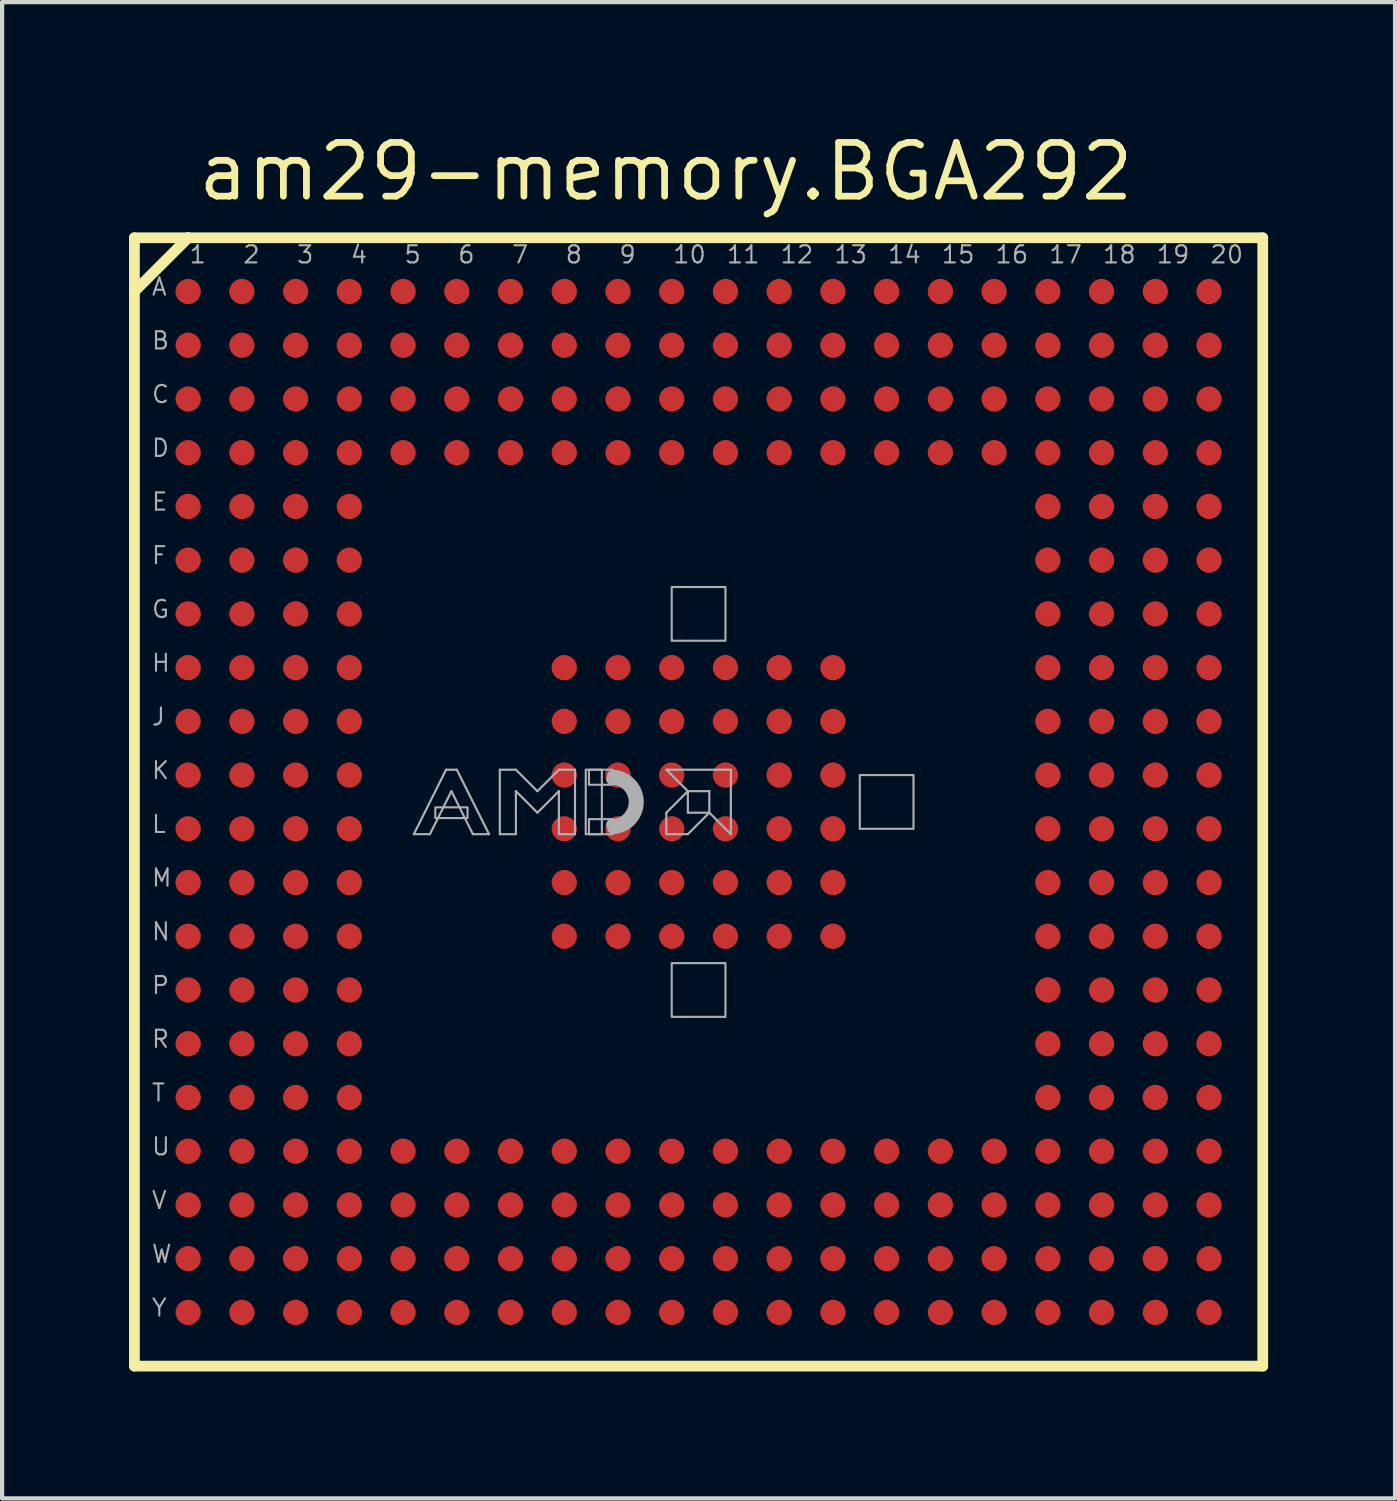
<source format=kicad_pcb>
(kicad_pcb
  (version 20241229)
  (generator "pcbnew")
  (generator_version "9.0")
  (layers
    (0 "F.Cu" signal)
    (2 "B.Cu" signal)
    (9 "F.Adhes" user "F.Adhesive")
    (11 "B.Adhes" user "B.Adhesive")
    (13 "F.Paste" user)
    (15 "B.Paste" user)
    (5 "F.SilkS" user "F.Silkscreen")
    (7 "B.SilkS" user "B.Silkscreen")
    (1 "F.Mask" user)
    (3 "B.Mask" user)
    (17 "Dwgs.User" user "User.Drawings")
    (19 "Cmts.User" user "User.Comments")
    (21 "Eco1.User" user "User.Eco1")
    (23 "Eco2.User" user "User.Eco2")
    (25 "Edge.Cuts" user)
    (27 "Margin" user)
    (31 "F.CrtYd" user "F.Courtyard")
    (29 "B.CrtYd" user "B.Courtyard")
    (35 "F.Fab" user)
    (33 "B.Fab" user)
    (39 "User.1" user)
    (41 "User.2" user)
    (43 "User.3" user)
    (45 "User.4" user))
  (footprint "am29-memory.BGA292"
    (layer "F.Cu")
    (at 13.462 15.905)
    (property "Reference" "am29-memory.BGA292" (at -11.915 -14.155 0) (layer "F.SilkS") (effects (font (size 1.27 1.27) (thickness 0.16)) (justify left bottom)))
    (attr smd)
    (fp_line (start -13.335 -13.335) (end -12.065 -13.335) (stroke (width 0.254) (type default)) (layer "F.SilkS"))
    (fp_line (start -13.335 -12.065) (end -13.335 -13.335) (stroke (width 0.254) (type default)) (layer "F.SilkS"))
    (fp_line (start -13.335 13.335) (end -13.335 -12.065) (stroke (width 0.254) (type default)) (layer "F.SilkS"))
    (fp_line (start -12.065 -13.335) (end -13.335 -12.065) (stroke (width 0.254) (type default)) (layer "F.SilkS"))
    (fp_line (start -12.065 -13.335) (end 13.335 -13.335) (stroke (width 0.254) (type default)) (layer "F.SilkS"))
    (fp_line (start 13.335 -13.335) (end 13.335 13.335) (stroke (width 0.254) (type default)) (layer "F.SilkS"))
    (fp_line (start 13.335 13.335) (end -13.335 13.335) (stroke (width 0.254) (type default)) (layer "F.SilkS"))
    (fp_line (start -6.731 0.762) (end -5.969 -0.762) (stroke (width 0.051) (type default)) (layer "F.Fab"))
    (fp_line (start -6.35 0.762) (end -6.731 0.762) (stroke (width 0.051) (type default)) (layer "F.Fab"))
    (fp_line (start -5.969 -0.762) (end -5.715 -0.762) (stroke (width 0.051) (type default)) (layer "F.Fab"))
    (fp_line (start -5.842 -0.254) (end -6.35 0.762) (stroke (width 0.051) (type default)) (layer "F.Fab"))
    (fp_line (start -5.715 -0.762) (end -4.953 0.762) (stroke (width 0.051) (type default)) (layer "F.Fab"))
    (fp_line (start -5.334 0.762) (end -5.842 -0.254) (stroke (width 0.051) (type default)) (layer "F.Fab"))
    (fp_line (start -4.953 0.762) (end -5.334 0.762) (stroke (width 0.051) (type default)) (layer "F.Fab"))
    (fp_line (start -4.699 -0.762) (end -4.318 -0.762) (stroke (width 0.051) (type default)) (layer "F.Fab"))
    (fp_line (start -4.699 0.762) (end -4.699 -0.762) (stroke (width 0.051) (type default)) (layer "F.Fab"))
    (fp_line (start -4.318 -0.762) (end -3.81 -0.254) (stroke (width 0.051) (type default)) (layer "F.Fab"))
    (fp_line (start -4.318 -0.254) (end -4.318 0.762) (stroke (width 0.051) (type default)) (layer "F.Fab"))
    (fp_line (start -4.318 0.762) (end -4.699 0.762) (stroke (width 0.051) (type default)) (layer "F.Fab"))
    (fp_line (start -3.81 -0.254) (end -3.302 -0.762) (stroke (width 0.051) (type default)) (layer "F.Fab"))
    (fp_line (start -3.81 0.254) (end -4.318 -0.254) (stroke (width 0.051) (type default)) (layer "F.Fab"))
    (fp_line (start -3.302 -0.762) (end -2.921 -0.762) (stroke (width 0.051) (type default)) (layer "F.Fab"))
    (fp_line (start -3.302 -0.254) (end -3.81 0.254) (stroke (width 0.051) (type default)) (layer "F.Fab"))
    (fp_line (start -3.302 0.762) (end -3.302 -0.254) (stroke (width 0.051) (type default)) (layer "F.Fab"))
    (fp_line (start -2.921 -0.762) (end -2.921 0.762) (stroke (width 0.051) (type default)) (layer "F.Fab"))
    (fp_line (start -2.921 0.762) (end -3.302 0.762) (stroke (width 0.051) (type default)) (layer "F.Fab"))
    (fp_line (start -0.762 -0.762) (end 0.762 -0.762) (stroke (width 0.051) (type default)) (layer "F.Fab"))
    (fp_line (start -0.762 0.254) (end -0.762 0.762) (stroke (width 0.051) (type default)) (layer "F.Fab"))
    (fp_line (start -0.762 0.762) (end -0.254 0.762) (stroke (width 0.051) (type default)) (layer "F.Fab"))
    (fp_line (start -0.254 -0.254) (end -0.762 -0.762) (stroke (width 0.051) (type default)) (layer "F.Fab"))
    (fp_line (start -0.254 -0.254) (end -0.762 0.254) (stroke (width 0.051) (type default)) (layer "F.Fab"))
    (fp_line (start -0.254 0.254) (end -0.254 -0.254) (stroke (width 0.051) (type default)) (layer "F.Fab"))
    (fp_line (start -0.254 0.762) (end 0.254 0.254) (stroke (width 0.051) (type default)) (layer "F.Fab"))
    (fp_line (start 0.254 -0.254) (end -0.254 -0.254) (stroke (width 0.051) (type default)) (layer "F.Fab"))
    (fp_line (start 0.254 0.254) (end -0.254 0.254) (stroke (width 0.051) (type default)) (layer "F.Fab"))
    (fp_line (start 0.254 0.254) (end 0.254 -0.254) (stroke (width 0.051) (type default)) (layer "F.Fab"))
    (fp_line (start 0.762 -0.762) (end 0.762 0.762) (stroke (width 0.051) (type default)) (layer "F.Fab"))
    (fp_line (start 0.762 0.762) (end 0.254 0.254) (stroke (width 0.051) (type default)) (layer "F.Fab"))
    (fp_rect (start -6.223 0.381) (end -5.461 0.127) (stroke (width 0.05) (type default)) (fill no) (layer "F.Fab"))
    (fp_rect (start -2.667 0.762) (end -2.286 -0.762) (stroke (width 0.05) (type default)) (fill no) (layer "F.Fab"))
    (fp_rect (start -2.591 -0.406) (end -2.032 -0.762) (stroke (width 0.05) (type default)) (fill no) (layer "F.Fab"))
    (fp_rect (start -2.591 0.762) (end -2.032 0.406) (stroke (width 0.05) (type default)) (fill no) (layer "F.Fab"))
    (fp_rect (start -0.635 -3.81) (end 0.635 -5.08) (stroke (width 0.05) (type default)) (fill no) (layer "F.Fab"))
    (fp_rect (start -0.635 5.08) (end 0.635 3.81) (stroke (width 0.05) (type default)) (fill no) (layer "F.Fab"))
    (fp_rect (start 3.81 0.635) (end 5.08 -0.635) (stroke (width 0.05) (type default)) (fill no) (layer "F.Fab"))
    (fp_arc (start -2.0574 -0.7366) (mid -1.3208 0) (end -2.0574 0.7366) (stroke (width 0.0508) (type default)) (layer "F.Fab"))
    (fp_arc (start -2.0574 -0.635) (mid -1.4224 0) (end -2.0574 0.635) (stroke (width 0.2032) (type default)) (layer "F.Fab"))
    (fp_arc (start -2.0574 -0.5334) (mid -1.524 0) (end -2.0574 0.5334) (stroke (width 0.254) (type default)) (layer "F.Fab"))
    (fp_poly (pts (xy -0.762 -0.762) (xy 0.762 -0.762) (xy 0.762 0.762) (xy 0.254 0.254) (xy 0.254 -0.254) (xy -0.254 -0.254)) (stroke (width 0.025) (type default)) (fill no) (layer "F.Fab"))
    (fp_poly (pts (xy -0.254 -0.254) (xy -0.762 0.254) (xy -0.762 0.762) (xy -0.254 0.762) (xy 0.254 0.254) (xy -0.254 0.254)) (stroke (width 0.025) (type default)) (fill no) (layer "F.Fab"))
    (fp_poly (pts (xy -6.731 0.762) (xy -5.969 -0.762) (xy -5.715 -0.762) (xy -4.953 0.762) (xy -5.334 0.762) (xy -5.842 -0.254) (xy -6.35 0.762)) (stroke (width 0.025) (type default)) (fill no) (layer "F.Fab"))
    (fp_poly (pts (xy -4.699 0.762) (xy -4.699 -0.762) (xy -4.318 -0.762) (xy -3.81 -0.254) (xy -3.302 -0.762) (xy -2.921 -0.762) (xy -2.921 0.762) (xy -3.302 0.762) (xy -3.302 -0.254) (xy -3.81 0.254) (xy -4.318 -0.254) (xy -4.318 0.762)) (stroke (width 0.025) (type default)) (fill no) (layer "F.Fab"))
    (fp_text user "T" (at -12.954 7.112 0) (layer "F.Fab") (effects (font (size 0.406 0.406) (thickness 0.05)) (justify left bottom)))
    (fp_text user "Y" (at -12.954 12.192 0) (layer "F.Fab") (effects (font (size 0.406 0.406) (thickness 0.05)) (justify left bottom)))
    (fp_text user "12" (at 1.905 -12.7 0) (layer "F.Fab") (effects (font (size 0.406 0.406) (thickness 0.05)) (justify left bottom)))
    (fp_text user "16" (at 6.985 -12.7 0) (layer "F.Fab") (effects (font (size 0.406 0.406) (thickness 0.05)) (justify left bottom)))
    (fp_text user "10" (at -0.635 -12.7 0) (layer "F.Fab") (effects (font (size 0.406 0.406) (thickness 0.05)) (justify left bottom)))
    (fp_text user "J" (at -12.954 -1.778 0) (layer "F.Fab") (effects (font (size 0.406 0.406) (thickness 0.05)) (justify left bottom)))
    (fp_text user "20" (at 12.065 -12.7 0) (layer "F.Fab") (effects (font (size 0.406 0.406) (thickness 0.05)) (justify left bottom)))
    (fp_text user "13" (at 3.175 -12.7 0) (layer "F.Fab") (effects (font (size 0.406 0.406) (thickness 0.05)) (justify left bottom)))
    (fp_text user "A" (at -12.954 -11.938 0) (layer "F.Fab") (effects (font (size 0.406 0.406) (thickness 0.05)) (justify left bottom)))
    (fp_text user "F" (at -12.954 -5.588 0) (layer "F.Fab") (effects (font (size 0.406 0.406) (thickness 0.05)) (justify left bottom)))
    (fp_text user "C" (at -12.954 -9.398 0) (layer "F.Fab") (effects (font (size 0.406 0.406) (thickness 0.05)) (justify left bottom)))
    (fp_text user "9" (at -1.905 -12.7 0) (layer "F.Fab") (effects (font (size 0.406 0.406) (thickness 0.05)) (justify left bottom)))
    (fp_text user "P" (at -12.954 4.572 0) (layer "F.Fab") (effects (font (size 0.406 0.406) (thickness 0.05)) (justify left bottom)))
    (fp_text user "5" (at -6.985 -12.7 0) (layer "F.Fab") (effects (font (size 0.406 0.406) (thickness 0.05)) (justify left bottom)))
    (fp_text user "19" (at 10.795 -12.7 0) (layer "F.Fab") (effects (font (size 0.406 0.406) (thickness 0.05)) (justify left bottom)))
    (fp_text user "7" (at -4.445 -12.7 0) (layer "F.Fab") (effects (font (size 0.406 0.406) (thickness 0.05)) (justify left bottom)))
    (fp_text user "L" (at -12.954 0.762 0) (layer "F.Fab") (effects (font (size 0.406 0.406) (thickness 0.05)) (justify left bottom)))
    (fp_text user "3" (at -9.525 -12.7 0) (layer "F.Fab") (effects (font (size 0.406 0.406) (thickness 0.05)) (justify left bottom)))
    (fp_text user "K" (at -12.954 -0.508 0) (layer "F.Fab") (effects (font (size 0.406 0.406) (thickness 0.05)) (justify left bottom)))
    (fp_text user "H" (at -12.954 -3.048 0) (layer "F.Fab") (effects (font (size 0.406 0.406) (thickness 0.05)) (justify left bottom)))
    (fp_text user "17" (at 8.255 -12.7 0) (layer "F.Fab") (effects (font (size 0.406 0.406) (thickness 0.05)) (justify left bottom)))
    (fp_text user "U" (at -12.954 8.382 0) (layer "F.Fab") (effects (font (size 0.406 0.406) (thickness 0.05)) (justify left bottom)))
    (fp_text user "4" (at -8.255 -12.7 0) (layer "F.Fab") (effects (font (size 0.406 0.406) (thickness 0.05)) (justify left bottom)))
    (fp_text user "1" (at -12.065 -12.7 0) (layer "F.Fab") (effects (font (size 0.406 0.406) (thickness 0.05)) (justify left bottom)))
    (fp_text user "D" (at -12.954 -8.128 0) (layer "F.Fab") (effects (font (size 0.406 0.406) (thickness 0.05)) (justify left bottom)))
    (fp_text user "11" (at 0.635 -12.7 0) (layer "F.Fab") (effects (font (size 0.406 0.406) (thickness 0.05)) (justify left bottom)))
    (fp_text user "R" (at -12.954 5.842 0) (layer "F.Fab") (effects (font (size 0.406 0.406) (thickness 0.05)) (justify left bottom)))
    (fp_text user "M" (at -12.954 2.032 0) (layer "F.Fab") (effects (font (size 0.406 0.406) (thickness 0.05)) (justify left bottom)))
    (fp_text user "N" (at -12.954 3.302 0) (layer "F.Fab") (effects (font (size 0.406 0.406) (thickness 0.05)) (justify left bottom)))
    (fp_text user "E" (at -12.954 -6.858 0) (layer "F.Fab") (effects (font (size 0.406 0.406) (thickness 0.05)) (justify left bottom)))
    (fp_text user "6" (at -5.715 -12.7 0) (layer "F.Fab") (effects (font (size 0.406 0.406) (thickness 0.05)) (justify left bottom)))
    (fp_text user "B" (at -12.954 -10.668 0) (layer "F.Fab") (effects (font (size 0.406 0.406) (thickness 0.05)) (justify left bottom)))
    (fp_text user "2" (at -10.795 -12.7 0) (layer "F.Fab") (effects (font (size 0.406 0.406) (thickness 0.05)) (justify left bottom)))
    (fp_text user "15" (at 5.715 -12.7 0) (layer "F.Fab") (effects (font (size 0.406 0.406) (thickness 0.05)) (justify left bottom)))
    (fp_text user "W" (at -12.954 10.922 0) (layer "F.Fab") (effects (font (size 0.406 0.406) (thickness 0.05)) (justify left bottom)))
    (fp_text user "14" (at 4.445 -12.7 0) (layer "F.Fab") (effects (font (size 0.406 0.406) (thickness 0.05)) (justify left bottom)))
    (fp_text user "8" (at -3.175 -12.7 0) (layer "F.Fab") (effects (font (size 0.406 0.406) (thickness 0.05)) (justify left bottom)))
    (fp_text user "G" (at -12.954 -4.318 0) (layer "F.Fab") (effects (font (size 0.406 0.406) (thickness 0.05)) (justify left bottom)))
    (fp_text user "V" (at -12.954 9.652 0) (layer "F.Fab") (effects (font (size 0.406 0.406) (thickness 0.05)) (justify left bottom)))
    (fp_text user "18" (at 9.525 -12.7 0) (layer "F.Fab") (effects (font (size 0.406 0.406) (thickness 0.05)) (justify left bottom)))
    (pad "A01" smd roundrect (at -12.065 -12.065) (size 0.6 0.6) (layers "F.Cu" "F.Mask" "F.Paste") (roundrect_rratio 0.5))
    (pad "A02" smd roundrect (at -10.795 -12.065) (size 0.6 0.6) (layers "F.Cu" "F.Mask" "F.Paste") (roundrect_rratio 0.5))
    (pad "A03" smd roundrect (at -9.525 -12.065) (size 0.6 0.6) (layers "F.Cu" "F.Mask" "F.Paste") (roundrect_rratio 0.5))
    (pad "A04" smd roundrect (at -8.255 -12.065) (size 0.6 0.6) (layers "F.Cu" "F.Mask" "F.Paste") (roundrect_rratio 0.5))
    (pad "A05" smd roundrect (at -6.985 -12.065) (size 0.6 0.6) (layers "F.Cu" "F.Mask" "F.Paste") (roundrect_rratio 0.5))
    (pad "A06" smd roundrect (at -5.715 -12.065) (size 0.6 0.6) (layers "F.Cu" "F.Mask" "F.Paste") (roundrect_rratio 0.5))
    (pad "A07" smd roundrect (at -4.445 -12.065) (size 0.6 0.6) (layers "F.Cu" "F.Mask" "F.Paste") (roundrect_rratio 0.5))
    (pad "A08" smd roundrect (at -3.175 -12.065) (size 0.6 0.6) (layers "F.Cu" "F.Mask" "F.Paste") (roundrect_rratio 0.5))
    (pad "A09" smd roundrect (at -1.905 -12.065) (size 0.6 0.6) (layers "F.Cu" "F.Mask" "F.Paste") (roundrect_rratio 0.5))
    (pad "A10" smd roundrect (at -0.635 -12.065) (size 0.6 0.6) (layers "F.Cu" "F.Mask" "F.Paste") (roundrect_rratio 0.5))
    (pad "A11" smd roundrect (at 0.635 -12.065) (size 0.6 0.6) (layers "F.Cu" "F.Mask" "F.Paste") (roundrect_rratio 0.5))
    (pad "A12" smd roundrect (at 1.905 -12.065) (size 0.6 0.6) (layers "F.Cu" "F.Mask" "F.Paste") (roundrect_rratio 0.5))
    (pad "A13" smd roundrect (at 3.175 -12.065) (size 0.6 0.6) (layers "F.Cu" "F.Mask" "F.Paste") (roundrect_rratio 0.5))
    (pad "A14" smd roundrect (at 4.445 -12.065) (size 0.6 0.6) (layers "F.Cu" "F.Mask" "F.Paste") (roundrect_rratio 0.5))
    (pad "A15" smd roundrect (at 5.715 -12.065) (size 0.6 0.6) (layers "F.Cu" "F.Mask" "F.Paste") (roundrect_rratio 0.5))
    (pad "A16" smd roundrect (at 6.985 -12.065) (size 0.6 0.6) (layers "F.Cu" "F.Mask" "F.Paste") (roundrect_rratio 0.5))
    (pad "A17" smd roundrect (at 8.255 -12.065) (size 0.6 0.6) (layers "F.Cu" "F.Mask" "F.Paste") (roundrect_rratio 0.5))
    (pad "A18" smd roundrect (at 9.525 -12.065) (size 0.6 0.6) (layers "F.Cu" "F.Mask" "F.Paste") (roundrect_rratio 0.5))
    (pad "A19" smd roundrect (at 10.795 -12.065) (size 0.6 0.6) (layers "F.Cu" "F.Mask" "F.Paste") (roundrect_rratio 0.5))
    (pad "A20" smd roundrect (at 12.065 -12.065) (size 0.6 0.6) (layers "F.Cu" "F.Mask" "F.Paste") (roundrect_rratio 0.5))
    (pad "B01" smd roundrect (at -12.065 -10.795) (size 0.6 0.6) (layers "F.Cu" "F.Mask" "F.Paste") (roundrect_rratio 0.5))
    (pad "B02" smd roundrect (at -10.795 -10.795) (size 0.6 0.6) (layers "F.Cu" "F.Mask" "F.Paste") (roundrect_rratio 0.5))
    (pad "B03" smd roundrect (at -9.525 -10.795) (size 0.6 0.6) (layers "F.Cu" "F.Mask" "F.Paste") (roundrect_rratio 0.5))
    (pad "B04" smd roundrect (at -8.255 -10.795) (size 0.6 0.6) (layers "F.Cu" "F.Mask" "F.Paste") (roundrect_rratio 0.5))
    (pad "B05" smd roundrect (at -6.985 -10.795) (size 0.6 0.6) (layers "F.Cu" "F.Mask" "F.Paste") (roundrect_rratio 0.5))
    (pad "B06" smd roundrect (at -5.715 -10.795) (size 0.6 0.6) (layers "F.Cu" "F.Mask" "F.Paste") (roundrect_rratio 0.5))
    (pad "B07" smd roundrect (at -4.445 -10.795) (size 0.6 0.6) (layers "F.Cu" "F.Mask" "F.Paste") (roundrect_rratio 0.5))
    (pad "B08" smd roundrect (at -3.175 -10.795) (size 0.6 0.6) (layers "F.Cu" "F.Mask" "F.Paste") (roundrect_rratio 0.5))
    (pad "B09" smd roundrect (at -1.905 -10.795) (size 0.6 0.6) (layers "F.Cu" "F.Mask" "F.Paste") (roundrect_rratio 0.5))
    (pad "B10" smd roundrect (at -0.635 -10.795) (size 0.6 0.6) (layers "F.Cu" "F.Mask" "F.Paste") (roundrect_rratio 0.5))
    (pad "B11" smd roundrect (at 0.635 -10.795) (size 0.6 0.6) (layers "F.Cu" "F.Mask" "F.Paste") (roundrect_rratio 0.5))
    (pad "B12" smd roundrect (at 1.905 -10.795) (size 0.6 0.6) (layers "F.Cu" "F.Mask" "F.Paste") (roundrect_rratio 0.5))
    (pad "B13" smd roundrect (at 3.175 -10.795) (size 0.6 0.6) (layers "F.Cu" "F.Mask" "F.Paste") (roundrect_rratio 0.5))
    (pad "B14" smd roundrect (at 4.445 -10.795) (size 0.6 0.6) (layers "F.Cu" "F.Mask" "F.Paste") (roundrect_rratio 0.5))
    (pad "B15" smd roundrect (at 5.715 -10.795) (size 0.6 0.6) (layers "F.Cu" "F.Mask" "F.Paste") (roundrect_rratio 0.5))
    (pad "B16" smd roundrect (at 6.985 -10.795) (size 0.6 0.6) (layers "F.Cu" "F.Mask" "F.Paste") (roundrect_rratio 0.5))
    (pad "B17" smd roundrect (at 8.255 -10.795) (size 0.6 0.6) (layers "F.Cu" "F.Mask" "F.Paste") (roundrect_rratio 0.5))
    (pad "B18" smd roundrect (at 9.525 -10.795) (size 0.6 0.6) (layers "F.Cu" "F.Mask" "F.Paste") (roundrect_rratio 0.5))
    (pad "B19" smd roundrect (at 10.795 -10.795) (size 0.6 0.6) (layers "F.Cu" "F.Mask" "F.Paste") (roundrect_rratio 0.5))
    (pad "B20" smd roundrect (at 12.065 -10.795) (size 0.6 0.6) (layers "F.Cu" "F.Mask" "F.Paste") (roundrect_rratio 0.5))
    (pad "C01" smd roundrect (at -12.065 -9.525) (size 0.6 0.6) (layers "F.Cu" "F.Mask" "F.Paste") (roundrect_rratio 0.5))
    (pad "C02" smd roundrect (at -10.795 -9.525) (size 0.6 0.6) (layers "F.Cu" "F.Mask" "F.Paste") (roundrect_rratio 0.5))
    (pad "C03" smd roundrect (at -9.525 -9.525) (size 0.6 0.6) (layers "F.Cu" "F.Mask" "F.Paste") (roundrect_rratio 0.5))
    (pad "C04" smd roundrect (at -8.255 -9.525) (size 0.6 0.6) (layers "F.Cu" "F.Mask" "F.Paste") (roundrect_rratio 0.5))
    (pad "C05" smd roundrect (at -6.985 -9.525) (size 0.6 0.6) (layers "F.Cu" "F.Mask" "F.Paste") (roundrect_rratio 0.5))
    (pad "C06" smd roundrect (at -5.715 -9.525) (size 0.6 0.6) (layers "F.Cu" "F.Mask" "F.Paste") (roundrect_rratio 0.5))
    (pad "C07" smd roundrect (at -4.445 -9.525) (size 0.6 0.6) (layers "F.Cu" "F.Mask" "F.Paste") (roundrect_rratio 0.5))
    (pad "C08" smd roundrect (at -3.175 -9.525) (size 0.6 0.6) (layers "F.Cu" "F.Mask" "F.Paste") (roundrect_rratio 0.5))
    (pad "C09" smd roundrect (at -1.905 -9.525) (size 0.6 0.6) (layers "F.Cu" "F.Mask" "F.Paste") (roundrect_rratio 0.5))
    (pad "C10" smd roundrect (at -0.635 -9.525) (size 0.6 0.6) (layers "F.Cu" "F.Mask" "F.Paste") (roundrect_rratio 0.5))
    (pad "C11" smd roundrect (at 0.635 -9.525) (size 0.6 0.6) (layers "F.Cu" "F.Mask" "F.Paste") (roundrect_rratio 0.5))
    (pad "C12" smd roundrect (at 1.905 -9.525) (size 0.6 0.6) (layers "F.Cu" "F.Mask" "F.Paste") (roundrect_rratio 0.5))
    (pad "C13" smd roundrect (at 3.175 -9.525) (size 0.6 0.6) (layers "F.Cu" "F.Mask" "F.Paste") (roundrect_rratio 0.5))
    (pad "C14" smd roundrect (at 4.445 -9.525) (size 0.6 0.6) (layers "F.Cu" "F.Mask" "F.Paste") (roundrect_rratio 0.5))
    (pad "C15" smd roundrect (at 5.715 -9.525) (size 0.6 0.6) (layers "F.Cu" "F.Mask" "F.Paste") (roundrect_rratio 0.5))
    (pad "C16" smd roundrect (at 6.985 -9.525) (size 0.6 0.6) (layers "F.Cu" "F.Mask" "F.Paste") (roundrect_rratio 0.5))
    (pad "C17" smd roundrect (at 8.255 -9.525) (size 0.6 0.6) (layers "F.Cu" "F.Mask" "F.Paste") (roundrect_rratio 0.5))
    (pad "C18" smd roundrect (at 9.525 -9.525) (size 0.6 0.6) (layers "F.Cu" "F.Mask" "F.Paste") (roundrect_rratio 0.5))
    (pad "C19" smd roundrect (at 10.795 -9.525) (size 0.6 0.6) (layers "F.Cu" "F.Mask" "F.Paste") (roundrect_rratio 0.5))
    (pad "C20" smd roundrect (at 12.065 -9.525) (size 0.6 0.6) (layers "F.Cu" "F.Mask" "F.Paste") (roundrect_rratio 0.5))
    (pad "D01" smd roundrect (at -12.065 -8.255) (size 0.6 0.6) (layers "F.Cu" "F.Mask" "F.Paste") (roundrect_rratio 0.5))
    (pad "D02" smd roundrect (at -10.795 -8.255) (size 0.6 0.6) (layers "F.Cu" "F.Mask" "F.Paste") (roundrect_rratio 0.5))
    (pad "D03" smd roundrect (at -9.525 -8.255) (size 0.6 0.6) (layers "F.Cu" "F.Mask" "F.Paste") (roundrect_rratio 0.5))
    (pad "D04" smd roundrect (at -8.255 -8.255) (size 0.6 0.6) (layers "F.Cu" "F.Mask" "F.Paste") (roundrect_rratio 0.5))
    (pad "D05" smd roundrect (at -6.985 -8.255) (size 0.6 0.6) (layers "F.Cu" "F.Mask" "F.Paste") (roundrect_rratio 0.5))
    (pad "D06" smd roundrect (at -5.715 -8.255) (size 0.6 0.6) (layers "F.Cu" "F.Mask" "F.Paste") (roundrect_rratio 0.5))
    (pad "D07" smd roundrect (at -4.445 -8.255) (size 0.6 0.6) (layers "F.Cu" "F.Mask" "F.Paste") (roundrect_rratio 0.5))
    (pad "D08" smd roundrect (at -3.175 -8.255) (size 0.6 0.6) (layers "F.Cu" "F.Mask" "F.Paste") (roundrect_rratio 0.5))
    (pad "D09" smd roundrect (at -1.905 -8.255) (size 0.6 0.6) (layers "F.Cu" "F.Mask" "F.Paste") (roundrect_rratio 0.5))
    (pad "D10" smd roundrect (at -0.635 -8.255) (size 0.6 0.6) (layers "F.Cu" "F.Mask" "F.Paste") (roundrect_rratio 0.5))
    (pad "D11" smd roundrect (at 0.635 -8.255) (size 0.6 0.6) (layers "F.Cu" "F.Mask" "F.Paste") (roundrect_rratio 0.5))
    (pad "D12" smd roundrect (at 1.905 -8.255) (size 0.6 0.6) (layers "F.Cu" "F.Mask" "F.Paste") (roundrect_rratio 0.5))
    (pad "D13" smd roundrect (at 3.175 -8.255) (size 0.6 0.6) (layers "F.Cu" "F.Mask" "F.Paste") (roundrect_rratio 0.5))
    (pad "D14" smd roundrect (at 4.445 -8.255) (size 0.6 0.6) (layers "F.Cu" "F.Mask" "F.Paste") (roundrect_rratio 0.5))
    (pad "D15" smd roundrect (at 5.715 -8.255) (size 0.6 0.6) (layers "F.Cu" "F.Mask" "F.Paste") (roundrect_rratio 0.5))
    (pad "D16" smd roundrect (at 6.985 -8.255) (size 0.6 0.6) (layers "F.Cu" "F.Mask" "F.Paste") (roundrect_rratio 0.5))
    (pad "D17" smd roundrect (at 8.255 -8.255) (size 0.6 0.6) (layers "F.Cu" "F.Mask" "F.Paste") (roundrect_rratio 0.5))
    (pad "D18" smd roundrect (at 9.525 -8.255) (size 0.6 0.6) (layers "F.Cu" "F.Mask" "F.Paste") (roundrect_rratio 0.5))
    (pad "D19" smd roundrect (at 10.795 -8.255) (size 0.6 0.6) (layers "F.Cu" "F.Mask" "F.Paste") (roundrect_rratio 0.5))
    (pad "D20" smd roundrect (at 12.065 -8.255) (size 0.6 0.6) (layers "F.Cu" "F.Mask" "F.Paste") (roundrect_rratio 0.5))
    (pad "E01" smd roundrect (at -12.065 -6.985) (size 0.6 0.6) (layers "F.Cu" "F.Mask" "F.Paste") (roundrect_rratio 0.5))
    (pad "E02" smd roundrect (at -10.795 -6.985) (size 0.6 0.6) (layers "F.Cu" "F.Mask" "F.Paste") (roundrect_rratio 0.5))
    (pad "E03" smd roundrect (at -9.525 -6.985) (size 0.6 0.6) (layers "F.Cu" "F.Mask" "F.Paste") (roundrect_rratio 0.5))
    (pad "E04" smd roundrect (at -8.255 -6.985) (size 0.6 0.6) (layers "F.Cu" "F.Mask" "F.Paste") (roundrect_rratio 0.5))
    (pad "E17" smd roundrect (at 8.255 -6.985) (size 0.6 0.6) (layers "F.Cu" "F.Mask" "F.Paste") (roundrect_rratio 0.5))
    (pad "E18" smd roundrect (at 9.525 -6.985) (size 0.6 0.6) (layers "F.Cu" "F.Mask" "F.Paste") (roundrect_rratio 0.5))
    (pad "E19" smd roundrect (at 10.795 -6.985) (size 0.6 0.6) (layers "F.Cu" "F.Mask" "F.Paste") (roundrect_rratio 0.5))
    (pad "E20" smd roundrect (at 12.065 -6.985) (size 0.6 0.6) (layers "F.Cu" "F.Mask" "F.Paste") (roundrect_rratio 0.5))
    (pad "F01" smd roundrect (at -12.065 -5.715) (size 0.6 0.6) (layers "F.Cu" "F.Mask" "F.Paste") (roundrect_rratio 0.5))
    (pad "F02" smd roundrect (at -10.795 -5.715) (size 0.6 0.6) (layers "F.Cu" "F.Mask" "F.Paste") (roundrect_rratio 0.5))
    (pad "F03" smd roundrect (at -9.525 -5.715) (size 0.6 0.6) (layers "F.Cu" "F.Mask" "F.Paste") (roundrect_rratio 0.5))
    (pad "F04" smd roundrect (at -8.255 -5.715) (size 0.6 0.6) (layers "F.Cu" "F.Mask" "F.Paste") (roundrect_rratio 0.5))
    (pad "F17" smd roundrect (at 8.255 -5.715) (size 0.6 0.6) (layers "F.Cu" "F.Mask" "F.Paste") (roundrect_rratio 0.5))
    (pad "F18" smd roundrect (at 9.525 -5.715) (size 0.6 0.6) (layers "F.Cu" "F.Mask" "F.Paste") (roundrect_rratio 0.5))
    (pad "F19" smd roundrect (at 10.795 -5.715) (size 0.6 0.6) (layers "F.Cu" "F.Mask" "F.Paste") (roundrect_rratio 0.5))
    (pad "F20" smd roundrect (at 12.065 -5.715) (size 0.6 0.6) (layers "F.Cu" "F.Mask" "F.Paste") (roundrect_rratio 0.5))
    (pad "G01" smd roundrect (at -12.065 -4.445) (size 0.6 0.6) (layers "F.Cu" "F.Mask" "F.Paste") (roundrect_rratio 0.5))
    (pad "G02" smd roundrect (at -10.795 -4.445) (size 0.6 0.6) (layers "F.Cu" "F.Mask" "F.Paste") (roundrect_rratio 0.5))
    (pad "G03" smd roundrect (at -9.525 -4.445) (size 0.6 0.6) (layers "F.Cu" "F.Mask" "F.Paste") (roundrect_rratio 0.5))
    (pad "G04" smd roundrect (at -8.255 -4.445) (size 0.6 0.6) (layers "F.Cu" "F.Mask" "F.Paste") (roundrect_rratio 0.5))
    (pad "G17" smd roundrect (at 8.255 -4.445) (size 0.6 0.6) (layers "F.Cu" "F.Mask" "F.Paste") (roundrect_rratio 0.5))
    (pad "G18" smd roundrect (at 9.525 -4.445) (size 0.6 0.6) (layers "F.Cu" "F.Mask" "F.Paste") (roundrect_rratio 0.5))
    (pad "G19" smd roundrect (at 10.795 -4.445) (size 0.6 0.6) (layers "F.Cu" "F.Mask" "F.Paste") (roundrect_rratio 0.5))
    (pad "G20" smd roundrect (at 12.065 -4.445) (size 0.6 0.6) (layers "F.Cu" "F.Mask" "F.Paste") (roundrect_rratio 0.5))
    (pad "H01" smd roundrect (at -12.065 -3.175) (size 0.6 0.6) (layers "F.Cu" "F.Mask" "F.Paste") (roundrect_rratio 0.5))
    (pad "H02" smd roundrect (at -10.795 -3.175) (size 0.6 0.6) (layers "F.Cu" "F.Mask" "F.Paste") (roundrect_rratio 0.5))
    (pad "H03" smd roundrect (at -9.525 -3.175) (size 0.6 0.6) (layers "F.Cu" "F.Mask" "F.Paste") (roundrect_rratio 0.5))
    (pad "H04" smd roundrect (at -8.255 -3.175) (size 0.6 0.6) (layers "F.Cu" "F.Mask" "F.Paste") (roundrect_rratio 0.5))
    (pad "H08" smd roundrect (at -3.175 -3.175) (size 0.6 0.6) (layers "F.Cu" "F.Mask" "F.Paste") (roundrect_rratio 0.5))
    (pad "H09" smd roundrect (at -1.905 -3.175) (size 0.6 0.6) (layers "F.Cu" "F.Mask" "F.Paste") (roundrect_rratio 0.5))
    (pad "H10" smd roundrect (at -0.635 -3.175) (size 0.6 0.6) (layers "F.Cu" "F.Mask" "F.Paste") (roundrect_rratio 0.5))
    (pad "H11" smd roundrect (at 0.635 -3.175) (size 0.6 0.6) (layers "F.Cu" "F.Mask" "F.Paste") (roundrect_rratio 0.5))
    (pad "H12" smd roundrect (at 1.905 -3.175) (size 0.6 0.6) (layers "F.Cu" "F.Mask" "F.Paste") (roundrect_rratio 0.5))
    (pad "H13" smd roundrect (at 3.175 -3.175) (size 0.6 0.6) (layers "F.Cu" "F.Mask" "F.Paste") (roundrect_rratio 0.5))
    (pad "H17" smd roundrect (at 8.255 -3.175) (size 0.6 0.6) (layers "F.Cu" "F.Mask" "F.Paste") (roundrect_rratio 0.5))
    (pad "H18" smd roundrect (at 9.525 -3.175) (size 0.6 0.6) (layers "F.Cu" "F.Mask" "F.Paste") (roundrect_rratio 0.5))
    (pad "H19" smd roundrect (at 10.795 -3.175) (size 0.6 0.6) (layers "F.Cu" "F.Mask" "F.Paste") (roundrect_rratio 0.5))
    (pad "H20" smd roundrect (at 12.065 -3.175) (size 0.6 0.6) (layers "F.Cu" "F.Mask" "F.Paste") (roundrect_rratio 0.5))
    (pad "J01" smd roundrect (at -12.065 -1.905) (size 0.6 0.6) (layers "F.Cu" "F.Mask" "F.Paste") (roundrect_rratio 0.5))
    (pad "J02" smd roundrect (at -10.795 -1.905) (size 0.6 0.6) (layers "F.Cu" "F.Mask" "F.Paste") (roundrect_rratio 0.5))
    (pad "J03" smd roundrect (at -9.525 -1.905) (size 0.6 0.6) (layers "F.Cu" "F.Mask" "F.Paste") (roundrect_rratio 0.5))
    (pad "J04" smd roundrect (at -8.255 -1.905) (size 0.6 0.6) (layers "F.Cu" "F.Mask" "F.Paste") (roundrect_rratio 0.5))
    (pad "J08" smd roundrect (at -3.175 -1.905) (size 0.6 0.6) (layers "F.Cu" "F.Mask" "F.Paste") (roundrect_rratio 0.5))
    (pad "J09" smd roundrect (at -1.905 -1.905) (size 0.6 0.6) (layers "F.Cu" "F.Mask" "F.Paste") (roundrect_rratio 0.5))
    (pad "J10" smd roundrect (at -0.635 -1.905) (size 0.6 0.6) (layers "F.Cu" "F.Mask" "F.Paste") (roundrect_rratio 0.5))
    (pad "J11" smd roundrect (at 0.635 -1.905) (size 0.6 0.6) (layers "F.Cu" "F.Mask" "F.Paste") (roundrect_rratio 0.5))
    (pad "J12" smd roundrect (at 1.905 -1.905) (size 0.6 0.6) (layers "F.Cu" "F.Mask" "F.Paste") (roundrect_rratio 0.5))
    (pad "J13" smd roundrect (at 3.175 -1.905) (size 0.6 0.6) (layers "F.Cu" "F.Mask" "F.Paste") (roundrect_rratio 0.5))
    (pad "J17" smd roundrect (at 8.255 -1.905) (size 0.6 0.6) (layers "F.Cu" "F.Mask" "F.Paste") (roundrect_rratio 0.5))
    (pad "J18" smd roundrect (at 9.525 -1.905) (size 0.6 0.6) (layers "F.Cu" "F.Mask" "F.Paste") (roundrect_rratio 0.5))
    (pad "J19" smd roundrect (at 10.795 -1.905) (size 0.6 0.6) (layers "F.Cu" "F.Mask" "F.Paste") (roundrect_rratio 0.5))
    (pad "J20" smd roundrect (at 12.065 -1.905) (size 0.6 0.6) (layers "F.Cu" "F.Mask" "F.Paste") (roundrect_rratio 0.5))
    (pad "K01" smd roundrect (at -12.065 -0.635) (size 0.6 0.6) (layers "F.Cu" "F.Mask" "F.Paste") (roundrect_rratio 0.5))
    (pad "K02" smd roundrect (at -10.795 -0.635) (size 0.6 0.6) (layers "F.Cu" "F.Mask" "F.Paste") (roundrect_rratio 0.5))
    (pad "K03" smd roundrect (at -9.525 -0.635) (size 0.6 0.6) (layers "F.Cu" "F.Mask" "F.Paste") (roundrect_rratio 0.5))
    (pad "K04" smd roundrect (at -8.255 -0.635) (size 0.6 0.6) (layers "F.Cu" "F.Mask" "F.Paste") (roundrect_rratio 0.5))
    (pad "K08" smd roundrect (at -3.175 -0.635) (size 0.6 0.6) (layers "F.Cu" "F.Mask" "F.Paste") (roundrect_rratio 0.5))
    (pad "K09" smd roundrect (at -1.905 -0.635) (size 0.6 0.6) (layers "F.Cu" "F.Mask" "F.Paste") (roundrect_rratio 0.5))
    (pad "K10" smd roundrect (at -0.635 -0.635) (size 0.6 0.6) (layers "F.Cu" "F.Mask" "F.Paste") (roundrect_rratio 0.5))
    (pad "K11" smd roundrect (at 0.635 -0.635) (size 0.6 0.6) (layers "F.Cu" "F.Mask" "F.Paste") (roundrect_rratio 0.5))
    (pad "K12" smd roundrect (at 1.905 -0.635) (size 0.6 0.6) (layers "F.Cu" "F.Mask" "F.Paste") (roundrect_rratio 0.5))
    (pad "K13" smd roundrect (at 3.175 -0.635) (size 0.6 0.6) (layers "F.Cu" "F.Mask" "F.Paste") (roundrect_rratio 0.5))
    (pad "K17" smd roundrect (at 8.255 -0.635) (size 0.6 0.6) (layers "F.Cu" "F.Mask" "F.Paste") (roundrect_rratio 0.5))
    (pad "K18" smd roundrect (at 9.525 -0.635) (size 0.6 0.6) (layers "F.Cu" "F.Mask" "F.Paste") (roundrect_rratio 0.5))
    (pad "K19" smd roundrect (at 10.795 -0.635) (size 0.6 0.6) (layers "F.Cu" "F.Mask" "F.Paste") (roundrect_rratio 0.5))
    (pad "K20" smd roundrect (at 12.065 -0.635) (size 0.6 0.6) (layers "F.Cu" "F.Mask" "F.Paste") (roundrect_rratio 0.5))
    (pad "L01" smd roundrect (at -12.065 0.635) (size 0.6 0.6) (layers "F.Cu" "F.Mask" "F.Paste") (roundrect_rratio 0.5))
    (pad "L02" smd roundrect (at -10.795 0.635) (size 0.6 0.6) (layers "F.Cu" "F.Mask" "F.Paste") (roundrect_rratio 0.5))
    (pad "L03" smd roundrect (at -9.525 0.635) (size 0.6 0.6) (layers "F.Cu" "F.Mask" "F.Paste") (roundrect_rratio 0.5))
    (pad "L04" smd roundrect (at -8.255 0.635) (size 0.6 0.6) (layers "F.Cu" "F.Mask" "F.Paste") (roundrect_rratio 0.5))
    (pad "L08" smd roundrect (at -3.175 0.635) (size 0.6 0.6) (layers "F.Cu" "F.Mask" "F.Paste") (roundrect_rratio 0.5))
    (pad "L09" smd roundrect (at -1.905 0.635) (size 0.6 0.6) (layers "F.Cu" "F.Mask" "F.Paste") (roundrect_rratio 0.5))
    (pad "L10" smd roundrect (at -0.635 0.635) (size 0.6 0.6) (layers "F.Cu" "F.Mask" "F.Paste") (roundrect_rratio 0.5))
    (pad "L11" smd roundrect (at 0.635 0.635) (size 0.6 0.6) (layers "F.Cu" "F.Mask" "F.Paste") (roundrect_rratio 0.5))
    (pad "L12" smd roundrect (at 1.905 0.635) (size 0.6 0.6) (layers "F.Cu" "F.Mask" "F.Paste") (roundrect_rratio 0.5))
    (pad "L13" smd roundrect (at 3.175 0.635) (size 0.6 0.6) (layers "F.Cu" "F.Mask" "F.Paste") (roundrect_rratio 0.5))
    (pad "L17" smd roundrect (at 8.255 0.635) (size 0.6 0.6) (layers "F.Cu" "F.Mask" "F.Paste") (roundrect_rratio 0.5))
    (pad "L18" smd roundrect (at 9.525 0.635) (size 0.6 0.6) (layers "F.Cu" "F.Mask" "F.Paste") (roundrect_rratio 0.5))
    (pad "L19" smd roundrect (at 10.795 0.635) (size 0.6 0.6) (layers "F.Cu" "F.Mask" "F.Paste") (roundrect_rratio 0.5))
    (pad "L20" smd roundrect (at 12.065 0.635) (size 0.6 0.6) (layers "F.Cu" "F.Mask" "F.Paste") (roundrect_rratio 0.5))
    (pad "M01" smd roundrect (at -12.065 1.905) (size 0.6 0.6) (layers "F.Cu" "F.Mask" "F.Paste") (roundrect_rratio 0.5))
    (pad "M02" smd roundrect (at -10.795 1.905) (size 0.6 0.6) (layers "F.Cu" "F.Mask" "F.Paste") (roundrect_rratio 0.5))
    (pad "M03" smd roundrect (at -9.525 1.905) (size 0.6 0.6) (layers "F.Cu" "F.Mask" "F.Paste") (roundrect_rratio 0.5))
    (pad "M04" smd roundrect (at -8.255 1.905) (size 0.6 0.6) (layers "F.Cu" "F.Mask" "F.Paste") (roundrect_rratio 0.5))
    (pad "M08" smd roundrect (at -3.175 1.905) (size 0.6 0.6) (layers "F.Cu" "F.Mask" "F.Paste") (roundrect_rratio 0.5))
    (pad "M09" smd roundrect (at -1.905 1.905) (size 0.6 0.6) (layers "F.Cu" "F.Mask" "F.Paste") (roundrect_rratio 0.5))
    (pad "M10" smd roundrect (at -0.635 1.905) (size 0.6 0.6) (layers "F.Cu" "F.Mask" "F.Paste") (roundrect_rratio 0.5))
    (pad "M11" smd roundrect (at 0.635 1.905) (size 0.6 0.6) (layers "F.Cu" "F.Mask" "F.Paste") (roundrect_rratio 0.5))
    (pad "M12" smd roundrect (at 1.905 1.905) (size 0.6 0.6) (layers "F.Cu" "F.Mask" "F.Paste") (roundrect_rratio 0.5))
    (pad "M13" smd roundrect (at 3.175 1.905) (size 0.6 0.6) (layers "F.Cu" "F.Mask" "F.Paste") (roundrect_rratio 0.5))
    (pad "M17" smd roundrect (at 8.255 1.905) (size 0.6 0.6) (layers "F.Cu" "F.Mask" "F.Paste") (roundrect_rratio 0.5))
    (pad "M18" smd roundrect (at 9.525 1.905) (size 0.6 0.6) (layers "F.Cu" "F.Mask" "F.Paste") (roundrect_rratio 0.5))
    (pad "M19" smd roundrect (at 10.795 1.905) (size 0.6 0.6) (layers "F.Cu" "F.Mask" "F.Paste") (roundrect_rratio 0.5))
    (pad "M20" smd roundrect (at 12.065 1.905) (size 0.6 0.6) (layers "F.Cu" "F.Mask" "F.Paste") (roundrect_rratio 0.5))
    (pad "N01" smd roundrect (at -12.065 3.175) (size 0.6 0.6) (layers "F.Cu" "F.Mask" "F.Paste") (roundrect_rratio 0.5))
    (pad "N02" smd roundrect (at -10.795 3.175) (size 0.6 0.6) (layers "F.Cu" "F.Mask" "F.Paste") (roundrect_rratio 0.5))
    (pad "N03" smd roundrect (at -9.525 3.175) (size 0.6 0.6) (layers "F.Cu" "F.Mask" "F.Paste") (roundrect_rratio 0.5))
    (pad "N04" smd roundrect (at -8.255 3.175) (size 0.6 0.6) (layers "F.Cu" "F.Mask" "F.Paste") (roundrect_rratio 0.5))
    (pad "N08" smd roundrect (at -3.175 3.175) (size 0.6 0.6) (layers "F.Cu" "F.Mask" "F.Paste") (roundrect_rratio 0.5))
    (pad "N09" smd roundrect (at -1.905 3.175) (size 0.6 0.6) (layers "F.Cu" "F.Mask" "F.Paste") (roundrect_rratio 0.5))
    (pad "N10" smd roundrect (at -0.635 3.175) (size 0.6 0.6) (layers "F.Cu" "F.Mask" "F.Paste") (roundrect_rratio 0.5))
    (pad "N11" smd roundrect (at 0.635 3.175) (size 0.6 0.6) (layers "F.Cu" "F.Mask" "F.Paste") (roundrect_rratio 0.5))
    (pad "N12" smd roundrect (at 1.905 3.175) (size 0.6 0.6) (layers "F.Cu" "F.Mask" "F.Paste") (roundrect_rratio 0.5))
    (pad "N13" smd roundrect (at 3.175 3.175) (size 0.6 0.6) (layers "F.Cu" "F.Mask" "F.Paste") (roundrect_rratio 0.5))
    (pad "N17" smd roundrect (at 8.255 3.175) (size 0.6 0.6) (layers "F.Cu" "F.Mask" "F.Paste") (roundrect_rratio 0.5))
    (pad "N18" smd roundrect (at 9.525 3.175) (size 0.6 0.6) (layers "F.Cu" "F.Mask" "F.Paste") (roundrect_rratio 0.5))
    (pad "N19" smd roundrect (at 10.795 3.175) (size 0.6 0.6) (layers "F.Cu" "F.Mask" "F.Paste") (roundrect_rratio 0.5))
    (pad "N20" smd roundrect (at 12.065 3.175) (size 0.6 0.6) (layers "F.Cu" "F.Mask" "F.Paste") (roundrect_rratio 0.5))
    (pad "P01" smd roundrect (at -12.065 4.445) (size 0.6 0.6) (layers "F.Cu" "F.Mask" "F.Paste") (roundrect_rratio 0.5))
    (pad "P02" smd roundrect (at -10.795 4.445) (size 0.6 0.6) (layers "F.Cu" "F.Mask" "F.Paste") (roundrect_rratio 0.5))
    (pad "P03" smd roundrect (at -9.525 4.445) (size 0.6 0.6) (layers "F.Cu" "F.Mask" "F.Paste") (roundrect_rratio 0.5))
    (pad "P04" smd roundrect (at -8.255 4.445) (size 0.6 0.6) (layers "F.Cu" "F.Mask" "F.Paste") (roundrect_rratio 0.5))
    (pad "P17" smd roundrect (at 8.255 4.445) (size 0.6 0.6) (layers "F.Cu" "F.Mask" "F.Paste") (roundrect_rratio 0.5))
    (pad "P18" smd roundrect (at 9.525 4.445) (size 0.6 0.6) (layers "F.Cu" "F.Mask" "F.Paste") (roundrect_rratio 0.5))
    (pad "P19" smd roundrect (at 10.795 4.445) (size 0.6 0.6) (layers "F.Cu" "F.Mask" "F.Paste") (roundrect_rratio 0.5))
    (pad "P20" smd roundrect (at 12.065 4.445) (size 0.6 0.6) (layers "F.Cu" "F.Mask" "F.Paste") (roundrect_rratio 0.5))
    (pad "R01" smd roundrect (at -12.065 5.715) (size 0.6 0.6) (layers "F.Cu" "F.Mask" "F.Paste") (roundrect_rratio 0.5))
    (pad "R02" smd roundrect (at -10.795 5.715) (size 0.6 0.6) (layers "F.Cu" "F.Mask" "F.Paste") (roundrect_rratio 0.5))
    (pad "R03" smd roundrect (at -9.525 5.715) (size 0.6 0.6) (layers "F.Cu" "F.Mask" "F.Paste") (roundrect_rratio 0.5))
    (pad "R04" smd roundrect (at -8.255 5.715) (size 0.6 0.6) (layers "F.Cu" "F.Mask" "F.Paste") (roundrect_rratio 0.5))
    (pad "R17" smd roundrect (at 8.255 5.715) (size 0.6 0.6) (layers "F.Cu" "F.Mask" "F.Paste") (roundrect_rratio 0.5))
    (pad "R18" smd roundrect (at 9.525 5.715) (size 0.6 0.6) (layers "F.Cu" "F.Mask" "F.Paste") (roundrect_rratio 0.5))
    (pad "R19" smd roundrect (at 10.795 5.715) (size 0.6 0.6) (layers "F.Cu" "F.Mask" "F.Paste") (roundrect_rratio 0.5))
    (pad "R20" smd roundrect (at 12.065 5.715) (size 0.6 0.6) (layers "F.Cu" "F.Mask" "F.Paste") (roundrect_rratio 0.5))
    (pad "T01" smd roundrect (at -12.065 6.985) (size 0.6 0.6) (layers "F.Cu" "F.Mask" "F.Paste") (roundrect_rratio 0.5))
    (pad "T02" smd roundrect (at -10.795 6.985) (size 0.6 0.6) (layers "F.Cu" "F.Mask" "F.Paste") (roundrect_rratio 0.5))
    (pad "T03" smd roundrect (at -9.525 6.985) (size 0.6 0.6) (layers "F.Cu" "F.Mask" "F.Paste") (roundrect_rratio 0.5))
    (pad "T04" smd roundrect (at -8.255 6.985) (size 0.6 0.6) (layers "F.Cu" "F.Mask" "F.Paste") (roundrect_rratio 0.5))
    (pad "T17" smd roundrect (at 8.255 6.985) (size 0.6 0.6) (layers "F.Cu" "F.Mask" "F.Paste") (roundrect_rratio 0.5))
    (pad "T18" smd roundrect (at 9.525 6.985) (size 0.6 0.6) (layers "F.Cu" "F.Mask" "F.Paste") (roundrect_rratio 0.5))
    (pad "T19" smd roundrect (at 10.795 6.985) (size 0.6 0.6) (layers "F.Cu" "F.Mask" "F.Paste") (roundrect_rratio 0.5))
    (pad "T20" smd roundrect (at 12.065 6.985) (size 0.6 0.6) (layers "F.Cu" "F.Mask" "F.Paste") (roundrect_rratio 0.5))
    (pad "U01" smd roundrect (at -12.065 8.255) (size 0.6 0.6) (layers "F.Cu" "F.Mask" "F.Paste") (roundrect_rratio 0.5))
    (pad "U02" smd roundrect (at -10.795 8.255) (size 0.6 0.6) (layers "F.Cu" "F.Mask" "F.Paste") (roundrect_rratio 0.5))
    (pad "U03" smd roundrect (at -9.525 8.255) (size 0.6 0.6) (layers "F.Cu" "F.Mask" "F.Paste") (roundrect_rratio 0.5))
    (pad "U04" smd roundrect (at -8.255 8.255) (size 0.6 0.6) (layers "F.Cu" "F.Mask" "F.Paste") (roundrect_rratio 0.5))
    (pad "U05" smd roundrect (at -6.985 8.255) (size 0.6 0.6) (layers "F.Cu" "F.Mask" "F.Paste") (roundrect_rratio 0.5))
    (pad "U06" smd roundrect (at -5.715 8.255) (size 0.6 0.6) (layers "F.Cu" "F.Mask" "F.Paste") (roundrect_rratio 0.5))
    (pad "U07" smd roundrect (at -4.445 8.255) (size 0.6 0.6) (layers "F.Cu" "F.Mask" "F.Paste") (roundrect_rratio 0.5))
    (pad "U08" smd roundrect (at -3.175 8.255) (size 0.6 0.6) (layers "F.Cu" "F.Mask" "F.Paste") (roundrect_rratio 0.5))
    (pad "U09" smd roundrect (at -1.905 8.255) (size 0.6 0.6) (layers "F.Cu" "F.Mask" "F.Paste") (roundrect_rratio 0.5))
    (pad "U10" smd roundrect (at -0.635 8.255) (size 0.6 0.6) (layers "F.Cu" "F.Mask" "F.Paste") (roundrect_rratio 0.5))
    (pad "U11" smd roundrect (at 0.635 8.255) (size 0.6 0.6) (layers "F.Cu" "F.Mask" "F.Paste") (roundrect_rratio 0.5))
    (pad "U12" smd roundrect (at 1.905 8.255) (size 0.6 0.6) (layers "F.Cu" "F.Mask" "F.Paste") (roundrect_rratio 0.5))
    (pad "U13" smd roundrect (at 3.175 8.255) (size 0.6 0.6) (layers "F.Cu" "F.Mask" "F.Paste") (roundrect_rratio 0.5))
    (pad "U14" smd roundrect (at 4.445 8.255) (size 0.6 0.6) (layers "F.Cu" "F.Mask" "F.Paste") (roundrect_rratio 0.5))
    (pad "U15" smd roundrect (at 5.715 8.255) (size 0.6 0.6) (layers "F.Cu" "F.Mask" "F.Paste") (roundrect_rratio 0.5))
    (pad "U16" smd roundrect (at 6.985 8.255) (size 0.6 0.6) (layers "F.Cu" "F.Mask" "F.Paste") (roundrect_rratio 0.5))
    (pad "U17" smd roundrect (at 8.255 8.255) (size 0.6 0.6) (layers "F.Cu" "F.Mask" "F.Paste") (roundrect_rratio 0.5))
    (pad "U18" smd roundrect (at 9.525 8.255) (size 0.6 0.6) (layers "F.Cu" "F.Mask" "F.Paste") (roundrect_rratio 0.5))
    (pad "U19" smd roundrect (at 10.795 8.255) (size 0.6 0.6) (layers "F.Cu" "F.Mask" "F.Paste") (roundrect_rratio 0.5))
    (pad "U20" smd roundrect (at 12.065 8.255) (size 0.6 0.6) (layers "F.Cu" "F.Mask" "F.Paste") (roundrect_rratio 0.5))
    (pad "V01" smd roundrect (at -12.065 9.525) (size 0.6 0.6) (layers "F.Cu" "F.Mask" "F.Paste") (roundrect_rratio 0.5))
    (pad "V02" smd roundrect (at -10.795 9.525) (size 0.6 0.6) (layers "F.Cu" "F.Mask" "F.Paste") (roundrect_rratio 0.5))
    (pad "V03" smd roundrect (at -9.525 9.525) (size 0.6 0.6) (layers "F.Cu" "F.Mask" "F.Paste") (roundrect_rratio 0.5))
    (pad "V04" smd roundrect (at -8.255 9.525) (size 0.6 0.6) (layers "F.Cu" "F.Mask" "F.Paste") (roundrect_rratio 0.5))
    (pad "V05" smd roundrect (at -6.985 9.525) (size 0.6 0.6) (layers "F.Cu" "F.Mask" "F.Paste") (roundrect_rratio 0.5))
    (pad "V06" smd roundrect (at -5.715 9.525) (size 0.6 0.6) (layers "F.Cu" "F.Mask" "F.Paste") (roundrect_rratio 0.5))
    (pad "V07" smd roundrect (at -4.445 9.525) (size 0.6 0.6) (layers "F.Cu" "F.Mask" "F.Paste") (roundrect_rratio 0.5))
    (pad "V08" smd roundrect (at -3.175 9.525) (size 0.6 0.6) (layers "F.Cu" "F.Mask" "F.Paste") (roundrect_rratio 0.5))
    (pad "V09" smd roundrect (at -1.905 9.525) (size 0.6 0.6) (layers "F.Cu" "F.Mask" "F.Paste") (roundrect_rratio 0.5))
    (pad "V10" smd roundrect (at -0.635 9.525) (size 0.6 0.6) (layers "F.Cu" "F.Mask" "F.Paste") (roundrect_rratio 0.5))
    (pad "V11" smd roundrect (at 0.635 9.525) (size 0.6 0.6) (layers "F.Cu" "F.Mask" "F.Paste") (roundrect_rratio 0.5))
    (pad "V12" smd roundrect (at 1.905 9.525) (size 0.6 0.6) (layers "F.Cu" "F.Mask" "F.Paste") (roundrect_rratio 0.5))
    (pad "V13" smd roundrect (at 3.175 9.525) (size 0.6 0.6) (layers "F.Cu" "F.Mask" "F.Paste") (roundrect_rratio 0.5))
    (pad "V14" smd roundrect (at 4.445 9.525) (size 0.6 0.6) (layers "F.Cu" "F.Mask" "F.Paste") (roundrect_rratio 0.5))
    (pad "V15" smd roundrect (at 5.715 9.525) (size 0.6 0.6) (layers "F.Cu" "F.Mask" "F.Paste") (roundrect_rratio 0.5))
    (pad "V16" smd roundrect (at 6.985 9.525) (size 0.6 0.6) (layers "F.Cu" "F.Mask" "F.Paste") (roundrect_rratio 0.5))
    (pad "V17" smd roundrect (at 8.255 9.525) (size 0.6 0.6) (layers "F.Cu" "F.Mask" "F.Paste") (roundrect_rratio 0.5))
    (pad "V18" smd roundrect (at 9.525 9.525) (size 0.6 0.6) (layers "F.Cu" "F.Mask" "F.Paste") (roundrect_rratio 0.5))
    (pad "V19" smd roundrect (at 10.795 9.525) (size 0.6 0.6) (layers "F.Cu" "F.Mask" "F.Paste") (roundrect_rratio 0.5))
    (pad "V20" smd roundrect (at 12.065 9.525) (size 0.6 0.6) (layers "F.Cu" "F.Mask" "F.Paste") (roundrect_rratio 0.5))
    (pad "W01" smd roundrect (at -12.065 10.795) (size 0.6 0.6) (layers "F.Cu" "F.Mask" "F.Paste") (roundrect_rratio 0.5))
    (pad "W02" smd roundrect (at -10.795 10.795) (size 0.6 0.6) (layers "F.Cu" "F.Mask" "F.Paste") (roundrect_rratio 0.5))
    (pad "W03" smd roundrect (at -9.525 10.795) (size 0.6 0.6) (layers "F.Cu" "F.Mask" "F.Paste") (roundrect_rratio 0.5))
    (pad "W04" smd roundrect (at -8.255 10.795) (size 0.6 0.6) (layers "F.Cu" "F.Mask" "F.Paste") (roundrect_rratio 0.5))
    (pad "W05" smd roundrect (at -6.985 10.795) (size 0.6 0.6) (layers "F.Cu" "F.Mask" "F.Paste") (roundrect_rratio 0.5))
    (pad "W06" smd roundrect (at -5.715 10.795) (size 0.6 0.6) (layers "F.Cu" "F.Mask" "F.Paste") (roundrect_rratio 0.5))
    (pad "W07" smd roundrect (at -4.445 10.795) (size 0.6 0.6) (layers "F.Cu" "F.Mask" "F.Paste") (roundrect_rratio 0.5))
    (pad "W08" smd roundrect (at -3.175 10.795) (size 0.6 0.6) (layers "F.Cu" "F.Mask" "F.Paste") (roundrect_rratio 0.5))
    (pad "W09" smd roundrect (at -1.905 10.795) (size 0.6 0.6) (layers "F.Cu" "F.Mask" "F.Paste") (roundrect_rratio 0.5))
    (pad "W10" smd roundrect (at -0.635 10.795) (size 0.6 0.6) (layers "F.Cu" "F.Mask" "F.Paste") (roundrect_rratio 0.5))
    (pad "W11" smd roundrect (at 0.635 10.795) (size 0.6 0.6) (layers "F.Cu" "F.Mask" "F.Paste") (roundrect_rratio 0.5))
    (pad "W12" smd roundrect (at 1.905 10.795) (size 0.6 0.6) (layers "F.Cu" "F.Mask" "F.Paste") (roundrect_rratio 0.5))
    (pad "W13" smd roundrect (at 3.175 10.795) (size 0.6 0.6) (layers "F.Cu" "F.Mask" "F.Paste") (roundrect_rratio 0.5))
    (pad "W14" smd roundrect (at 4.445 10.795) (size 0.6 0.6) (layers "F.Cu" "F.Mask" "F.Paste") (roundrect_rratio 0.5))
    (pad "W15" smd roundrect (at 5.715 10.795) (size 0.6 0.6) (layers "F.Cu" "F.Mask" "F.Paste") (roundrect_rratio 0.5))
    (pad "W16" smd roundrect (at 6.985 10.795) (size 0.6 0.6) (layers "F.Cu" "F.Mask" "F.Paste") (roundrect_rratio 0.5))
    (pad "W17" smd roundrect (at 8.255 10.795) (size 0.6 0.6) (layers "F.Cu" "F.Mask" "F.Paste") (roundrect_rratio 0.5))
    (pad "W18" smd roundrect (at 9.525 10.795) (size 0.6 0.6) (layers "F.Cu" "F.Mask" "F.Paste") (roundrect_rratio 0.5))
    (pad "W19" smd roundrect (at 10.795 10.795) (size 0.6 0.6) (layers "F.Cu" "F.Mask" "F.Paste") (roundrect_rratio 0.5))
    (pad "W20" smd roundrect (at 12.065 10.795) (size 0.6 0.6) (layers "F.Cu" "F.Mask" "F.Paste") (roundrect_rratio 0.5))
    (pad "Y01" smd roundrect (at -12.065 12.065) (size 0.6 0.6) (layers "F.Cu" "F.Mask" "F.Paste") (roundrect_rratio 0.5))
    (pad "Y02" smd roundrect (at -10.795 12.065) (size 0.6 0.6) (layers "F.Cu" "F.Mask" "F.Paste") (roundrect_rratio 0.5))
    (pad "Y03" smd roundrect (at -9.525 12.065) (size 0.6 0.6) (layers "F.Cu" "F.Mask" "F.Paste") (roundrect_rratio 0.5))
    (pad "Y04" smd roundrect (at -8.255 12.065) (size 0.6 0.6) (layers "F.Cu" "F.Mask" "F.Paste") (roundrect_rratio 0.5))
    (pad "Y05" smd roundrect (at -6.985 12.065) (size 0.6 0.6) (layers "F.Cu" "F.Mask" "F.Paste") (roundrect_rratio 0.5))
    (pad "Y06" smd roundrect (at -5.715 12.065) (size 0.6 0.6) (layers "F.Cu" "F.Mask" "F.Paste") (roundrect_rratio 0.5))
    (pad "Y07" smd roundrect (at -4.445 12.065) (size 0.6 0.6) (layers "F.Cu" "F.Mask" "F.Paste") (roundrect_rratio 0.5))
    (pad "Y08" smd roundrect (at -3.175 12.065) (size 0.6 0.6) (layers "F.Cu" "F.Mask" "F.Paste") (roundrect_rratio 0.5))
    (pad "Y09" smd roundrect (at -1.905 12.065) (size 0.6 0.6) (layers "F.Cu" "F.Mask" "F.Paste") (roundrect_rratio 0.5))
    (pad "Y10" smd roundrect (at -0.635 12.065) (size 0.6 0.6) (layers "F.Cu" "F.Mask" "F.Paste") (roundrect_rratio 0.5))
    (pad "Y11" smd roundrect (at 0.635 12.065) (size 0.6 0.6) (layers "F.Cu" "F.Mask" "F.Paste") (roundrect_rratio 0.5))
    (pad "Y12" smd roundrect (at 1.905 12.065) (size 0.6 0.6) (layers "F.Cu" "F.Mask" "F.Paste") (roundrect_rratio 0.5))
    (pad "Y13" smd roundrect (at 3.175 12.065) (size 0.6 0.6) (layers "F.Cu" "F.Mask" "F.Paste") (roundrect_rratio 0.5))
    (pad "Y14" smd roundrect (at 4.445 12.065) (size 0.6 0.6) (layers "F.Cu" "F.Mask" "F.Paste") (roundrect_rratio 0.5))
    (pad "Y15" smd roundrect (at 5.715 12.065) (size 0.6 0.6) (layers "F.Cu" "F.Mask" "F.Paste") (roundrect_rratio 0.5))
    (pad "Y16" smd roundrect (at 6.985 12.065) (size 0.6 0.6) (layers "F.Cu" "F.Mask" "F.Paste") (roundrect_rratio 0.5))
    (pad "Y17" smd roundrect (at 8.255 12.065) (size 0.6 0.6) (layers "F.Cu" "F.Mask" "F.Paste") (roundrect_rratio 0.5))
    (pad "Y18" smd roundrect (at 9.525 12.065) (size 0.6 0.6) (layers "F.Cu" "F.Mask" "F.Paste") (roundrect_rratio 0.5))
    (pad "Y19" smd roundrect (at 10.795 12.065) (size 0.6 0.6) (layers "F.Cu" "F.Mask" "F.Paste") (roundrect_rratio 0.5))
    (pad "Y20" smd roundrect (at 12.065 12.065) (size 0.6 0.6) (layers "F.Cu" "F.Mask" "F.Paste") (roundrect_rratio 0.5)))
  (gr_rect
    (start -3 -3)
    (end 29.924 32.367)
    (stroke (width 0.1) (type default))
    (fill no)
    (layer "Edge.Cuts")))
</source>
